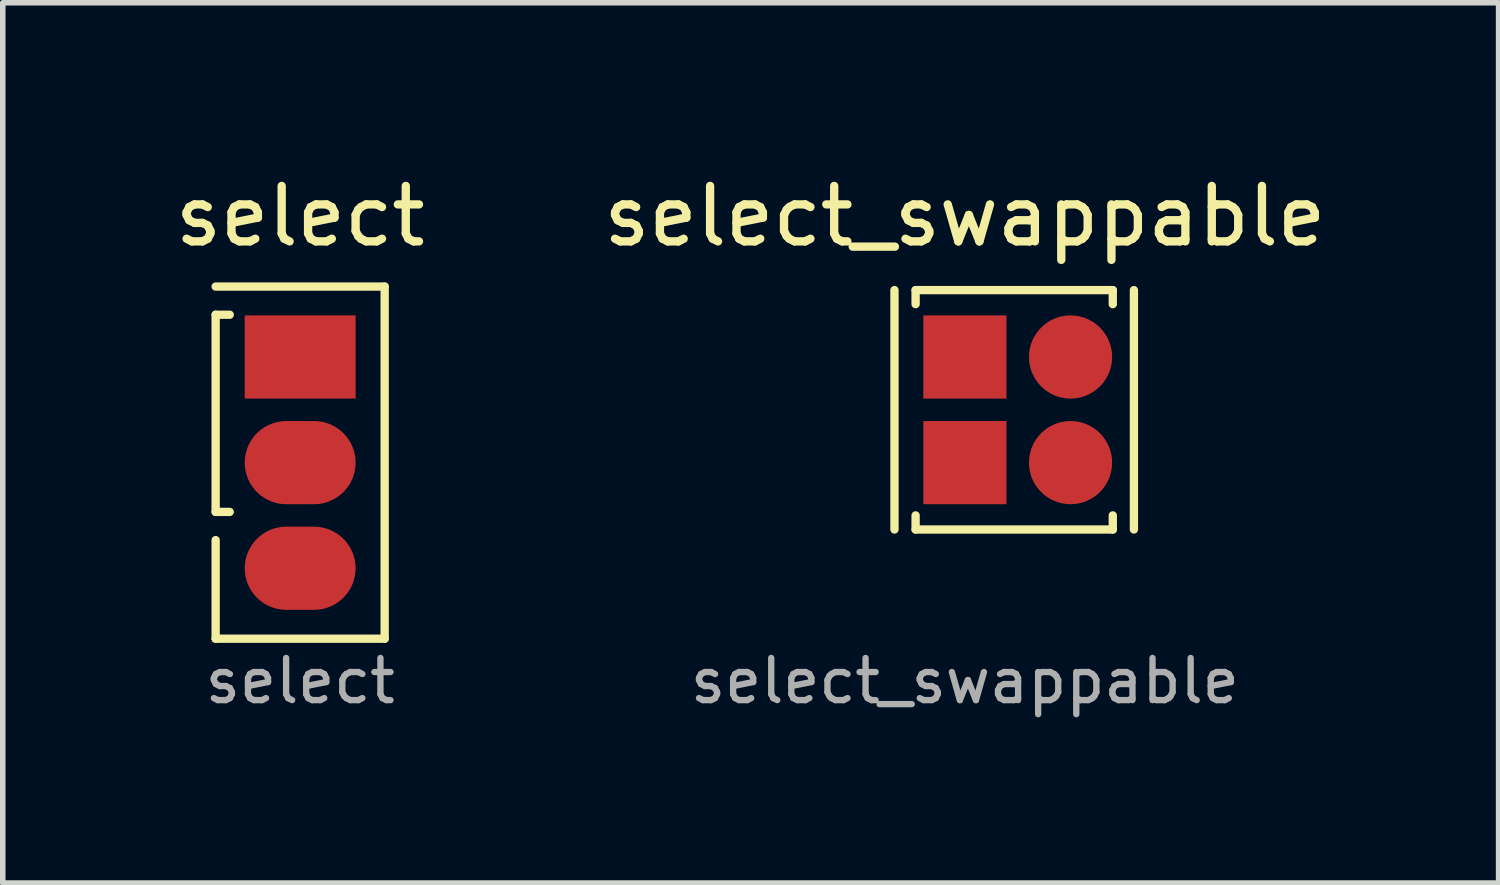
<source format=kicad_pcb>
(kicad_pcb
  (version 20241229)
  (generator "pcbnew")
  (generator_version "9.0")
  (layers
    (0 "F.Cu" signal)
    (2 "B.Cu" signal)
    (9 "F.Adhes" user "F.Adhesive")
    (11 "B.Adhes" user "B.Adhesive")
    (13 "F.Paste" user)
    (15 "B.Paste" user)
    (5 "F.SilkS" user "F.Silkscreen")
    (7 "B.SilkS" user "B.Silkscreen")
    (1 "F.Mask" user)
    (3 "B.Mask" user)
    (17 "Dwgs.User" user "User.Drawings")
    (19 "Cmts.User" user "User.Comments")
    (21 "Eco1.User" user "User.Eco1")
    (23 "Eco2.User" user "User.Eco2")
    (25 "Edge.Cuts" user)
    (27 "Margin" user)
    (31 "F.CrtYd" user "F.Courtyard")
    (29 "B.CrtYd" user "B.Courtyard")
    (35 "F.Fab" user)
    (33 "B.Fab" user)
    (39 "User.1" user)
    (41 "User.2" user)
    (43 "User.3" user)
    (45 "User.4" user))
  (footprint "select_swappable"
    (layer "F.Cu")
    (at 14.351 3.388)
    (property "Reference" "select_swappable" (at 0 -2.54 0) (layer "F.SilkS") (effects (font (size 1 1) (thickness 0.15))))
    (attr through_hole)
    (fp_line (start -1.27 -1.206) (end -1.27 3.111) (stroke (width 0.15) (type solid)) (layer "F.SilkS"))
    (fp_line (start -0.889 -0.953) (end -0.889 -1.206) (stroke (width 0.15) (type solid)) (layer "F.SilkS"))
    (fp_line (start -0.889 2.857) (end -0.889 3.111) (stroke (width 0.15) (type solid)) (layer "F.SilkS"))
    (fp_line (start -0.889 3.111) (end 2.667 3.111) (stroke (width 0.15) (type solid)) (layer "F.SilkS"))
    (fp_line (start 2.667 -1.206) (end -0.889 -1.206) (stroke (width 0.15) (type solid)) (layer "F.SilkS"))
    (fp_line (start 2.667 -0.953) (end 2.667 -1.206) (stroke (width 0.15) (type solid)) (layer "F.SilkS"))
    (fp_line (start 2.667 2.857) (end 2.667 3.111) (stroke (width 0.15) (type solid)) (layer "F.SilkS"))
    (fp_line (start 3.048 3.111) (end 3.048 -1.206) (stroke (width 0.15) (type solid)) (layer "F.SilkS"))
    (fp_text user "${REFERENCE}" (at 0 5.842 180) (layer "F.Fab") (effects (font (size 0.76 0.76) (thickness 0.114))))
    (pad "1a" smd rect (at 0 0) (size 1.5 1.5) (layers "F.Cu" "F.Mask" "F.Paste"))
    (pad "1b" smd oval (at 1.905 0) (size 1.5 1.5) (layers "F.Cu" "F.Mask" "F.Paste"))
    (pad "2a" smd oval (at 1.905 1.905) (size 1.5 1.5) (layers "F.Cu" "F.Mask" "F.Paste"))
    (pad "2b" smd rect (at 0 1.905) (size 1.5 1.5) (layers "F.Cu" "F.Mask" "F.Paste")))
  (footprint "select"
    (layer "F.Cu")
    (at 2.363 3.388)
    (property "Reference" "select" (at 0 -2.54 0) (layer "F.SilkS") (effects (font (size 1 1) (thickness 0.15))))
    (attr through_hole)
    (fp_line (start -1.524 -0.762) (end -1.524 2.794) (stroke (width 0.15) (type solid)) (layer "F.SilkS"))
    (fp_line (start -1.524 3.302) (end -1.524 5.08) (stroke (width 0.15) (type solid)) (layer "F.SilkS"))
    (fp_line (start -1.524 5.08) (end 1.524 5.08) (stroke (width 0.15) (type solid)) (layer "F.SilkS"))
    (fp_line (start -1.27 -0.762) (end -1.524 -0.762) (stroke (width 0.15) (type solid)) (layer "F.SilkS"))
    (fp_line (start -1.27 2.794) (end -1.524 2.794) (stroke (width 0.15) (type solid)) (layer "F.SilkS"))
    (fp_line (start 1.524 -1.27) (end -1.524 -1.27) (stroke (width 0.15) (type solid)) (layer "F.SilkS"))
    (fp_line (start 1.524 5.08) (end 1.524 -1.27) (stroke (width 0.15) (type solid)) (layer "F.SilkS"))
    (fp_text user "${REFERENCE}" (at 0 5.842 180) (layer "F.Fab") (effects (font (size 0.76 0.76) (thickness 0.114))))
    (pad "1" smd rect (at 0 0) (size 2 1.5) (layers "F.Cu" "F.Mask" "F.Paste"))
    (pad "2" smd oval (at 0 1.905) (size 2 1.5) (layers "F.Cu" "F.Mask" "F.Paste"))
    (pad "3" smd oval (at 0 3.81) (size 2 1.5) (layers "F.Cu" "F.Mask" "F.Paste")))
  (gr_rect
    (start -3 -3)
    (end 23.976 12.875)
    (stroke (width 0.1) (type default))
    (fill no)
    (layer "Edge.Cuts")))
</source>
